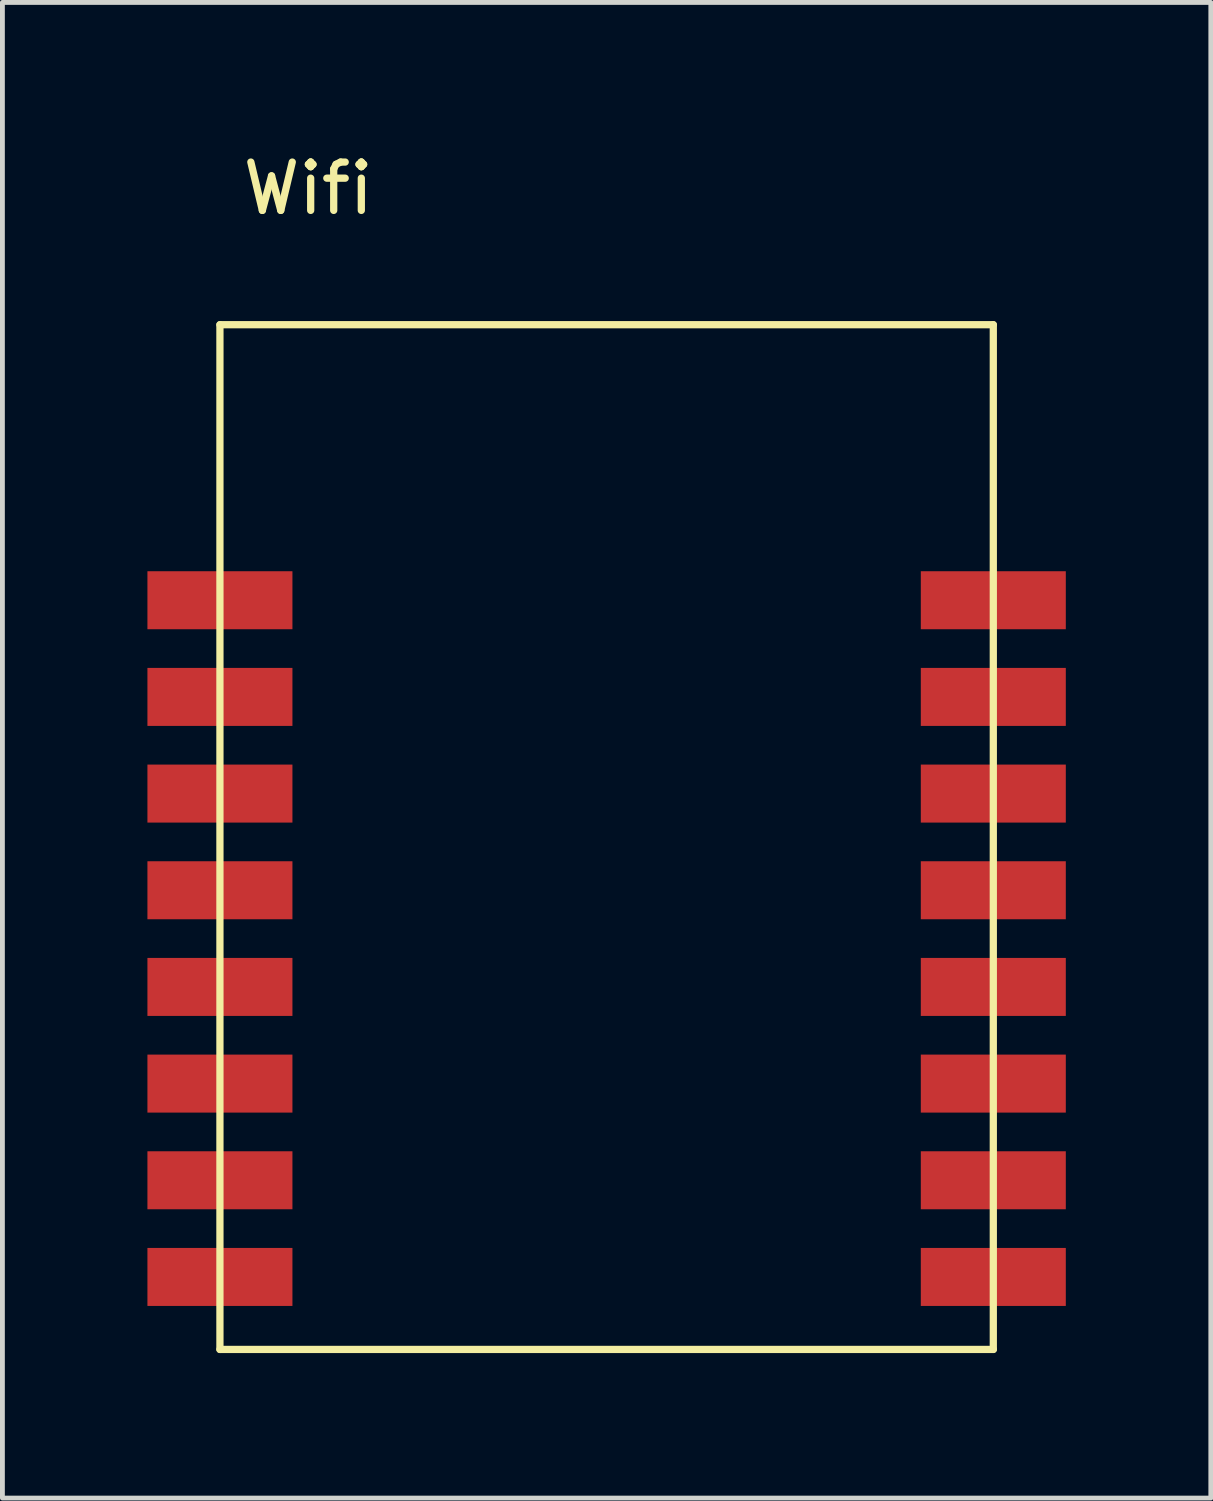
<source format=kicad_pcb>
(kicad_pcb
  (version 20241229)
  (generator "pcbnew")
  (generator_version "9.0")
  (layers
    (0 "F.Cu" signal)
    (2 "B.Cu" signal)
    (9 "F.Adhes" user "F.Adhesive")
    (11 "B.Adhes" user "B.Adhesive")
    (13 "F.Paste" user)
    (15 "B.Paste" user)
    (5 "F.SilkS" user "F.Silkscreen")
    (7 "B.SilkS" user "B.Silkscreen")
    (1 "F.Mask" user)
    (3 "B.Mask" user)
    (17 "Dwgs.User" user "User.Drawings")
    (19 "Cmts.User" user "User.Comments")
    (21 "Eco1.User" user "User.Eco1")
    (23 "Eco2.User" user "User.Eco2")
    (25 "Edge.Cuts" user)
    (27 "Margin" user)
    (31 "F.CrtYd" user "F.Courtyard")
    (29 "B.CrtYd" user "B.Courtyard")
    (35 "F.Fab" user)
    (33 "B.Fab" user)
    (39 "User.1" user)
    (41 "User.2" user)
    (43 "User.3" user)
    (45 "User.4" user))
  (footprint "Wifi"
    (layer "F.Cu")
    (at 8.97 13.848)
    (property "Reference" "Wifi" (at -5.64 -13 0) (layer "F.SilkS") (effects (font (size 1 1) (thickness 0.15))))
    (attr through_hole)
    (fp_line (start -7.47 -10.18) (end 8.53 -10.18) (stroke (width 0.15) (type solid)) (layer "F.SilkS"))
    (fp_line (start -7.47 11.02) (end -7.47 -10.18) (stroke (width 0.15) (type solid)) (layer "F.SilkS"))
    (fp_line (start -7.47 11.02) (end 8.53 11.02) (stroke (width 0.15) (type solid)) (layer "F.SilkS"))
    (fp_line (start 8.53 11.02) (end 8.53 -10.18) (stroke (width 0.15) (type solid)) (layer "F.SilkS"))
    (pad "1" smd rect (at -7.47 -4.48) (size 3 1.2) (layers "F.Cu" "F.Mask" "F.Paste"))
    (pad "2" smd rect (at -7.47 -2.48) (size 3 1.2) (layers "F.Cu" "F.Mask" "F.Paste"))
    (pad "3" smd rect (at -7.47 -0.48) (size 3 1.2) (layers "F.Cu" "F.Mask" "F.Paste"))
    (pad "4" smd rect (at -7.47 1.52) (size 3 1.2) (layers "F.Cu" "F.Mask" "F.Paste"))
    (pad "5" smd rect (at -7.47 3.52) (size 3 1.2) (layers "F.Cu" "F.Mask" "F.Paste"))
    (pad "6" smd rect (at -7.47 5.52) (size 3 1.2) (layers "F.Cu" "F.Mask" "F.Paste"))
    (pad "7" smd rect (at -7.47 7.52) (size 3 1.2) (layers "F.Cu" "F.Mask" "F.Paste"))
    (pad "8" smd rect (at -7.47 9.52) (size 3 1.2) (layers "F.Cu" "F.Mask" "F.Paste"))
    (pad "9" smd rect (at 8.53 9.52) (size 3 1.2) (layers "F.Cu" "F.Mask" "F.Paste"))
    (pad "10" smd rect (at 8.53 7.52) (size 3 1.2) (layers "F.Cu" "F.Mask" "F.Paste"))
    (pad "11" smd rect (at 8.53 5.52) (size 3 1.2) (layers "F.Cu" "F.Mask" "F.Paste"))
    (pad "12" smd rect (at 8.53 3.52) (size 3 1.2) (layers "F.Cu" "F.Mask" "F.Paste"))
    (pad "13" smd rect (at 8.53 1.52) (size 3 1.2) (layers "F.Cu" "F.Mask" "F.Paste"))
    (pad "14" smd rect (at 8.53 -0.48) (size 3 1.2) (layers "F.Cu" "F.Mask" "F.Paste"))
    (pad "15" smd rect (at 8.53 -2.48) (size 3 1.2) (layers "F.Cu" "F.Mask" "F.Paste"))
    (pad "16" smd rect (at 8.53 -4.48) (size 3 1.2) (layers "F.Cu" "F.Mask" "F.Paste")))
  (gr_rect
    (start -3 -3)
    (end 22 27.943)
    (stroke (width 0.1) (type default))
    (fill no)
    (layer "Edge.Cuts")))
</source>
